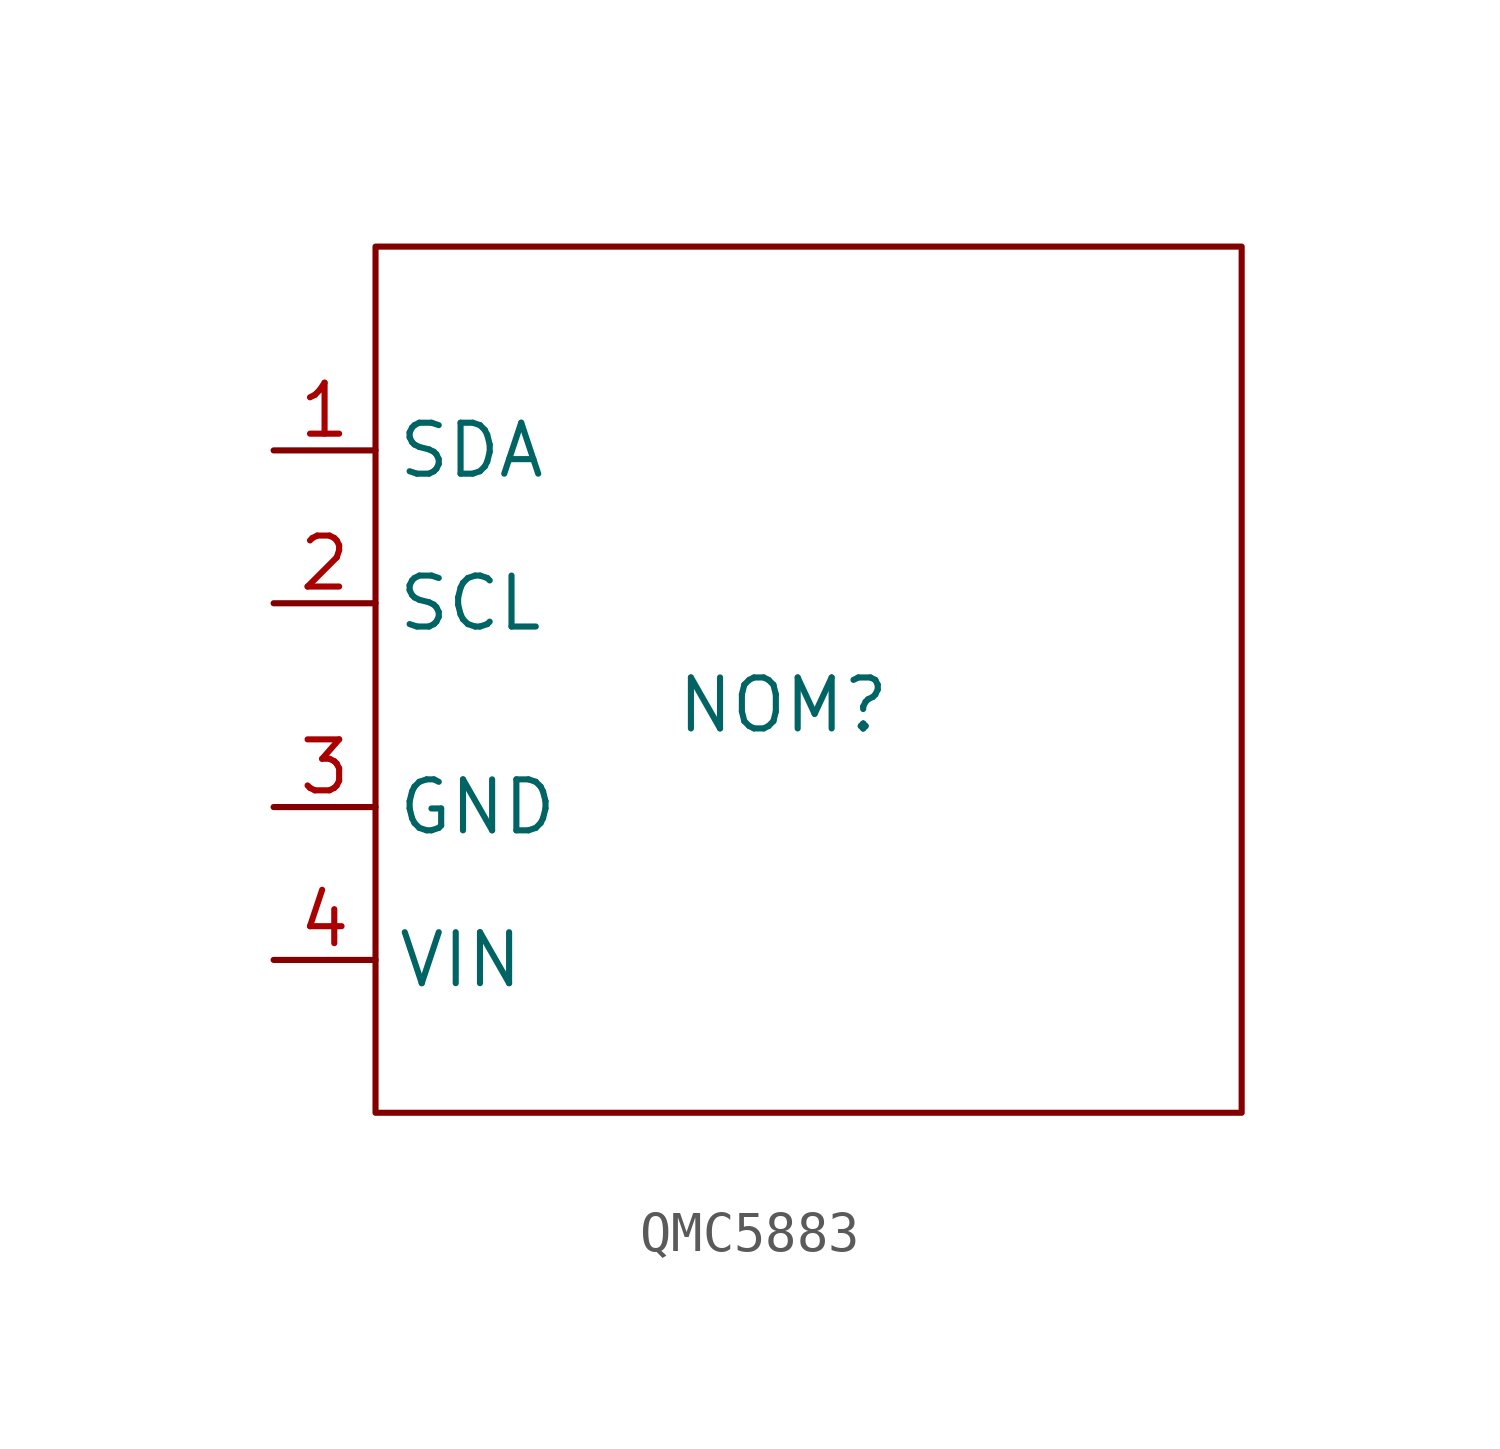
<source format=kicad_sym>
(kicad_symbol_lib
  (version 20220914)
  (generator kicad_symbol_editor)
  (symbol "QMC5883"
    (property "Reference" "NOM"
      (at 5.08 0 0)
      (effects (font (size 1.27 1.27))))
    (property "Value" ""
      (at 0 0 0)
      (effects (font (size 1.27 1.27))))
    (symbol "QMC5883_0_1"
      (rectangle (start -5.08 11.43) (end 16.51 -10.16) (stroke (width 0) (type default)) (fill (type none))))
    (symbol "QMC5883_1_1"
      (pin input line (at -7.62 6.35 0) (length 2.54) (name "SDA" (effects (font (size 1.27 1.27)))) (number "1" (effects (font (size 1.27 1.27)))))
      (pin input line (at -7.62 2.54 0) (length 2.54) (name "SCL" (effects (font (size 1.27 1.27)))) (number "2" (effects (font (size 1.27 1.27)))))
      (pin input line (at -7.62 -2.54 0) (length 2.54) (name "GND" (effects (font (size 1.27 1.27)))) (number "3" (effects (font (size 1.27 1.27)))))
      (pin input line (at -7.62 -6.35 0) (length 2.54) (name "VIN" (effects (font (size 1.27 1.27)))) (number "4" (effects (font (size 1.27 1.27))))))))
</source>
